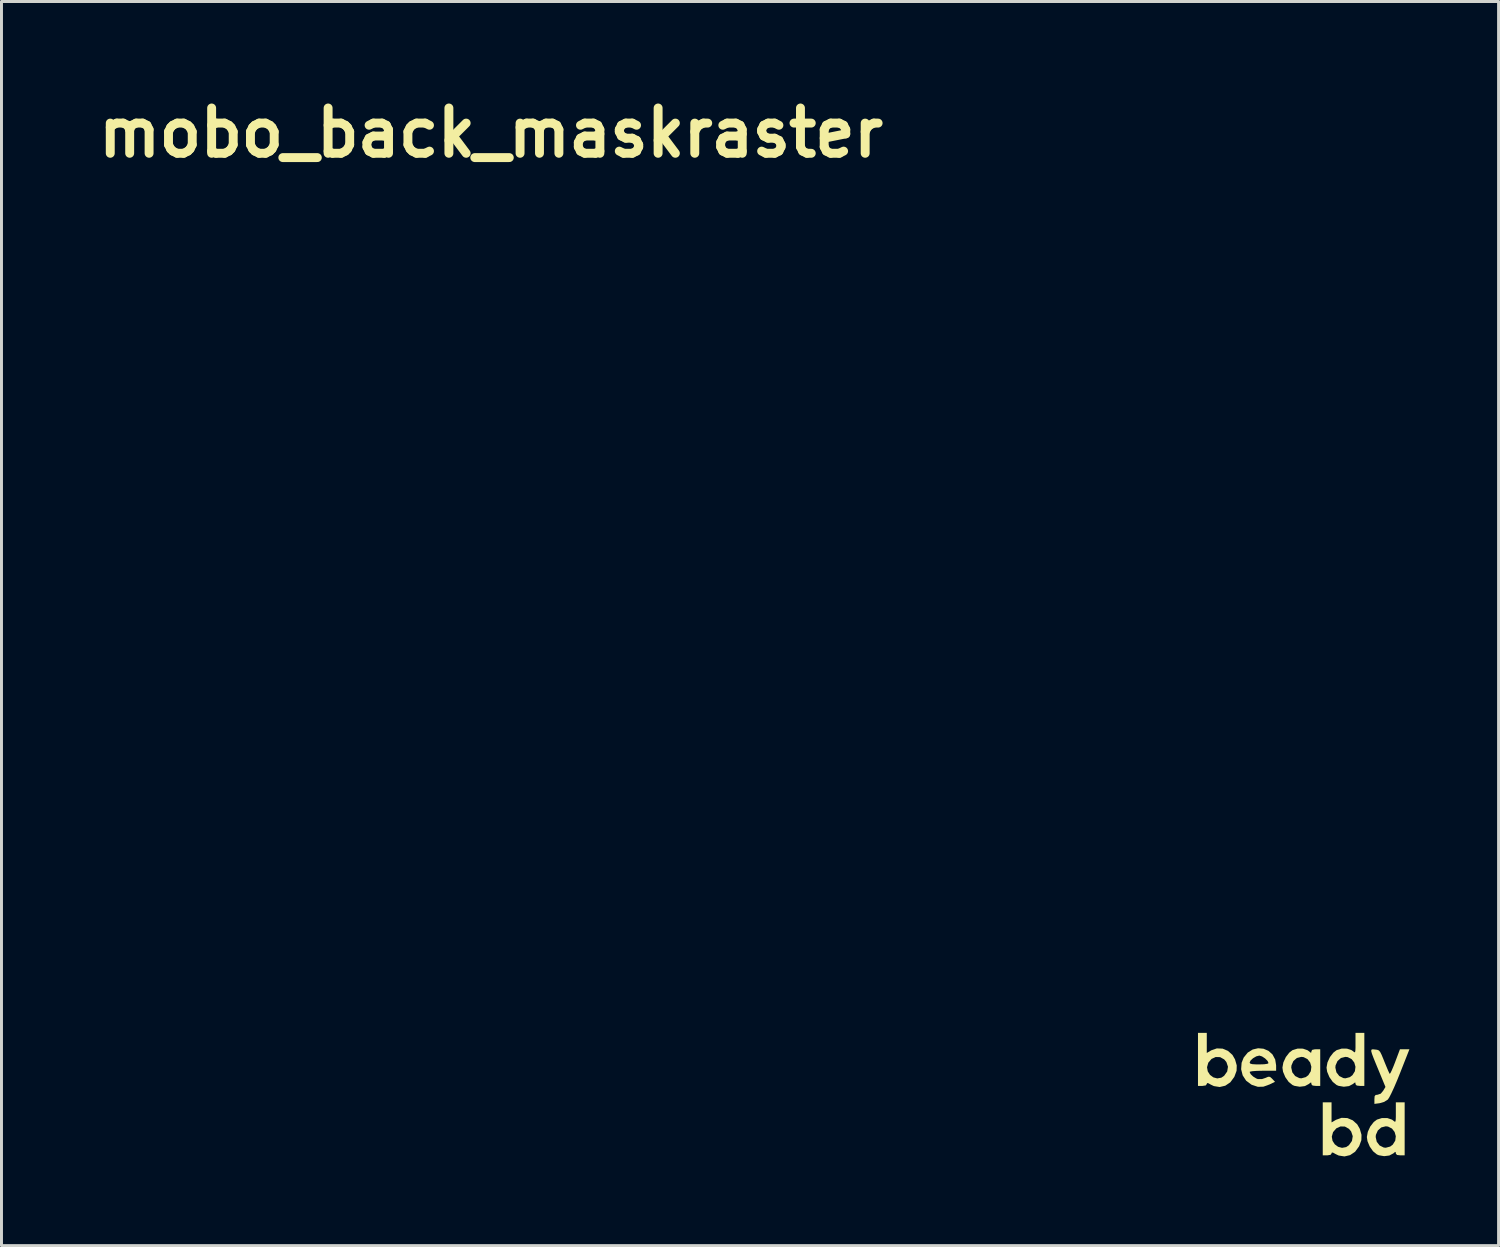
<source format=kicad_pcb>
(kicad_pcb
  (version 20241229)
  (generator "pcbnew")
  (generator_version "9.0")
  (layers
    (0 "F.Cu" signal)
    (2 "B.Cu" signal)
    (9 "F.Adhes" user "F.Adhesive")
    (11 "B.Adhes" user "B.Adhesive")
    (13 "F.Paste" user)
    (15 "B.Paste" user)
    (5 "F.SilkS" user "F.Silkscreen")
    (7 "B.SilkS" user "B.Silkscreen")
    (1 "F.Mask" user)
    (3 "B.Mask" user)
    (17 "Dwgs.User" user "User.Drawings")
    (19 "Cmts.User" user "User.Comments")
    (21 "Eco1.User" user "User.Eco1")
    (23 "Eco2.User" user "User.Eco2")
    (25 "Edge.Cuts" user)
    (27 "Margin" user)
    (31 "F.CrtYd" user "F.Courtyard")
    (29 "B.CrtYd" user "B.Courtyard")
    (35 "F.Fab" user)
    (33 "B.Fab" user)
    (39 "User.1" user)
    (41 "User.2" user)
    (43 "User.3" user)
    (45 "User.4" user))
  (footprint "mobo_back_maskraster"
    (layer "F.Cu")
    (at 13.469 1.418)
    (property "Reference" "mobo_back_maskraster" (at 0 0 0) (layer "F.SilkS") (effects (font (size 1.524 1.524) (thickness 0.3))))
    (attr board_only exclude_from_pos_files exclude_from_bom)
    (fp_poly (pts (xy 30.59 31.632) (xy 30.485 31.892) (xy 30.385 32.125) (xy 30.296 32.317) (xy 30.225 32.455) (xy 30.178 32.527) (xy 30.053 32.607) (xy 29.901 32.651) (xy 29.725 32.674) (xy 29.725 32.52) (xy 29.732 32.417) (xy 29.766 32.374) (xy 29.832 32.366) (xy 29.938 32.33) (xy 30.018 32.235) (xy 30.097 32.104) (xy 29.875 31.566) (xy 29.768 31.308) (xy 29.691 31.118) (xy 29.642 30.987) (xy 29.619 30.904) (xy 29.621 30.858) (xy 29.645 30.84) (xy 29.689 30.839) (xy 29.748 30.845) (xy 29.82 30.854) (xy 29.873 30.875) (xy 29.918 30.925) (xy 29.965 31.018) (xy 30.028 31.169) (xy 30.059 31.248) (xy 30.128 31.416) (xy 30.186 31.554) (xy 30.227 31.642) (xy 30.239 31.663) (xy 30.264 31.637) (xy 30.309 31.546) (xy 30.369 31.404) (xy 30.424 31.263) (xy 30.584 30.837) (xy 30.903 30.837)) (stroke (width 0) (type solid)) (fill yes) (layer "F.SilkS"))
    (fp_poly (pts (xy 24.085 30.961) (xy 24.236 30.872) (xy 24.423 30.807) (xy 24.617 30.815) (xy 24.798 30.891) (xy 24.948 31.026) (xy 25.035 31.177) (xy 25.093 31.379) (xy 25.088 31.559) (xy 25.017 31.751) (xy 25.008 31.77) (xy 24.877 31.948) (xy 24.708 32.062) (xy 24.519 32.106) (xy 24.323 32.075) (xy 24.223 32.027) (xy 24.133 31.977) (xy 24.093 31.976) (xy 24.085 32.005) (xy 24.052 32.052) (xy 23.948 32.068) (xy 23.937 32.069) (xy 23.789 32.069) (xy 23.789 31.441) (xy 24.093 31.441) (xy 24.118 31.581) (xy 24.194 31.699) (xy 24.306 31.782) (xy 24.438 31.817) (xy 24.576 31.792) (xy 24.668 31.73) (xy 24.772 31.584) (xy 24.798 31.424) (xy 24.745 31.267) (xy 24.671 31.178) (xy 24.534 31.101) (xy 24.385 31.097) (xy 24.245 31.161) (xy 24.136 31.288) (xy 24.135 31.291) (xy 24.093 31.441) (xy 23.789 31.441) (xy 23.789 30.285) (xy 24.085 30.285)) (stroke (width 0) (type solid)) (fill yes) (layer "F.SilkS"))
    (fp_poly (pts (xy 28.283 33.297) (xy 28.434 33.209) (xy 28.621 33.143) (xy 28.815 33.151) (xy 28.996 33.227) (xy 29.146 33.362) (xy 29.233 33.513) (xy 29.291 33.715) (xy 29.286 33.895) (xy 29.215 34.088) (xy 29.206 34.106) (xy 29.075 34.285) (xy 28.906 34.398) (xy 28.717 34.442) (xy 28.521 34.411) (xy 28.421 34.363) (xy 28.331 34.313) (xy 28.291 34.312) (xy 28.283 34.342) (xy 28.25 34.388) (xy 28.146 34.405) (xy 28.135 34.405) (xy 27.987 34.405) (xy 27.987 33.777) (xy 28.291 33.777) (xy 28.316 33.917) (xy 28.392 34.035) (xy 28.504 34.118) (xy 28.636 34.153) (xy 28.774 34.128) (xy 28.866 34.066) (xy 28.97 33.92) (xy 28.996 33.76) (xy 28.943 33.603) (xy 28.869 33.514) (xy 28.732 33.437) (xy 28.583 33.433) (xy 28.443 33.497) (xy 28.334 33.624) (xy 28.333 33.627) (xy 28.291 33.777) (xy 27.987 33.777) (xy 27.987 32.621) (xy 28.283 32.621)) (stroke (width 0) (type solid)) (fill yes) (layer "F.SilkS"))
    (fp_poly (pts (xy 27.319 30.815) (xy 27.474 30.868) (xy 27.523 30.903) (xy 27.583 30.952) (xy 27.603 30.941) (xy 27.605 30.907) (xy 27.63 30.857) (xy 27.716 30.838) (xy 27.753 30.837) (xy 27.902 30.837) (xy 27.902 32.069) (xy 27.753 32.069) (xy 27.647 32.057) (xy 27.607 32.016) (xy 27.605 31.998) (xy 27.598 31.953) (xy 27.565 31.966) (xy 27.523 32.002) (xy 27.387 32.075) (xy 27.213 32.097) (xy 27.035 32.067) (xy 26.969 32.039) (xy 26.839 31.933) (xy 26.727 31.774) (xy 26.651 31.593) (xy 26.63 31.453) (xy 26.927 31.453) (xy 26.963 31.613) (xy 27.059 31.737) (xy 27.197 31.806) (xy 27.266 31.814) (xy 27.415 31.774) (xy 27.501 31.709) (xy 27.585 31.575) (xy 27.604 31.426) (xy 27.564 31.283) (xy 27.474 31.168) (xy 27.343 31.101) (xy 27.266 31.092) (xy 27.115 31.13) (xy 26.998 31.233) (xy 26.934 31.38) (xy 26.927 31.453) (xy 26.63 31.453) (xy 26.662 31.278) (xy 26.745 31.099) (xy 26.862 30.948) (xy 26.969 30.866) (xy 27.139 30.814)) (stroke (width 0) (type solid)) (fill yes) (layer "F.SilkS"))
    (fp_poly (pts (xy 29.386 32.069) (xy 29.238 32.069) (xy 29.131 32.057) (xy 29.091 32.016) (xy 29.089 31.998) (xy 29.083 31.953) (xy 29.049 31.966) (xy 29.008 32.002) (xy 28.871 32.075) (xy 28.697 32.097) (xy 28.519 32.067) (xy 28.453 32.039) (xy 28.323 31.933) (xy 28.211 31.774) (xy 28.135 31.593) (xy 28.114 31.453) (xy 28.411 31.453) (xy 28.447 31.613) (xy 28.543 31.737) (xy 28.681 31.806) (xy 28.75 31.814) (xy 28.899 31.774) (xy 28.985 31.709) (xy 29.069 31.575) (xy 29.088 31.426) (xy 29.048 31.283) (xy 28.958 31.168) (xy 28.827 31.101) (xy 28.75 31.092) (xy 28.599 31.13) (xy 28.483 31.233) (xy 28.418 31.38) (xy 28.411 31.453) (xy 28.114 31.453) (xy 28.146 31.278) (xy 28.229 31.099) (xy 28.346 30.948) (xy 28.453 30.866) (xy 28.623 30.814) (xy 28.803 30.815) (xy 28.959 30.868) (xy 29.008 30.903) (xy 29.048 30.936) (xy 29.072 30.935) (xy 29.084 30.888) (xy 29.089 30.78) (xy 29.089 30.631) (xy 29.089 30.285) (xy 29.386 30.285)) (stroke (width 0) (type solid)) (fill yes) (layer "F.SilkS"))
    (fp_poly (pts (xy 30.743 34.405) (xy 30.594 34.405) (xy 30.488 34.393) (xy 30.448 34.352) (xy 30.446 34.334) (xy 30.439 34.289) (xy 30.406 34.302) (xy 30.365 34.338) (xy 30.228 34.411) (xy 30.054 34.433) (xy 29.876 34.403) (xy 29.81 34.375) (xy 29.68 34.269) (xy 29.568 34.11) (xy 29.492 33.929) (xy 29.471 33.789) (xy 29.768 33.789) (xy 29.804 33.949) (xy 29.9 34.073) (xy 30.038 34.142) (xy 30.107 34.15) (xy 30.256 34.11) (xy 30.342 34.046) (xy 30.426 33.911) (xy 30.445 33.762) (xy 30.405 33.619) (xy 30.315 33.504) (xy 30.184 33.437) (xy 30.107 33.428) (xy 29.956 33.466) (xy 29.84 33.569) (xy 29.775 33.716) (xy 29.768 33.789) (xy 29.471 33.789) (xy 29.503 33.614) (xy 29.586 33.435) (xy 29.703 33.284) (xy 29.81 33.203) (xy 29.98 33.15) (xy 30.16 33.151) (xy 30.316 33.204) (xy 30.365 33.24) (xy 30.405 33.272) (xy 30.429 33.271) (xy 30.441 33.224) (xy 30.446 33.116) (xy 30.446 32.967) (xy 30.446 32.621) (xy 30.743 32.621)) (stroke (width 0) (type solid)) (fill yes) (layer "F.SilkS"))
    (fp_poly (pts (xy 25.993 30.818) (xy 26.16 30.889) (xy 26.296 31.011) (xy 26.387 31.181) (xy 26.418 31.378) (xy 26.418 31.559) (xy 25.972 31.559) (xy 25.769 31.563) (xy 25.62 31.574) (xy 25.539 31.59) (xy 25.527 31.601) (xy 25.562 31.674) (xy 25.646 31.755) (xy 25.753 31.82) (xy 25.806 31.84) (xy 25.943 31.839) (xy 26.057 31.801) (xy 26.153 31.761) (xy 26.214 31.766) (xy 26.277 31.821) (xy 26.288 31.833) (xy 26.381 31.931) (xy 26.195 32.021) (xy 25.991 32.095) (xy 25.805 32.1) (xy 25.609 32.036) (xy 25.582 32.023) (xy 25.409 31.893) (xy 25.293 31.715) (xy 25.241 31.509) (xy 25.257 31.292) (xy 25.259 31.286) (xy 25.527 31.286) (xy 25.547 31.318) (xy 25.614 31.337) (xy 25.744 31.345) (xy 25.845 31.346) (xy 26.014 31.341) (xy 26.125 31.325) (xy 26.163 31.302) (xy 26.129 31.227) (xy 26.046 31.144) (xy 25.944 31.077) (xy 25.853 31.049) (xy 25.749 31.075) (xy 25.64 31.139) (xy 25.556 31.218) (xy 25.527 31.286) (xy 25.259 31.286) (xy 25.326 31.117) (xy 25.463 30.948) (xy 25.63 30.844) (xy 25.812 30.802)) (stroke (width 0) (type solid)) (fill yes) (layer "F.SilkS")))
  (gr_rect
    (start -3 -3)
    (end 47.372 38.86)
    (stroke (width 0.1) (type default))
    (fill no)
    (layer "Edge.Cuts")))
</source>
